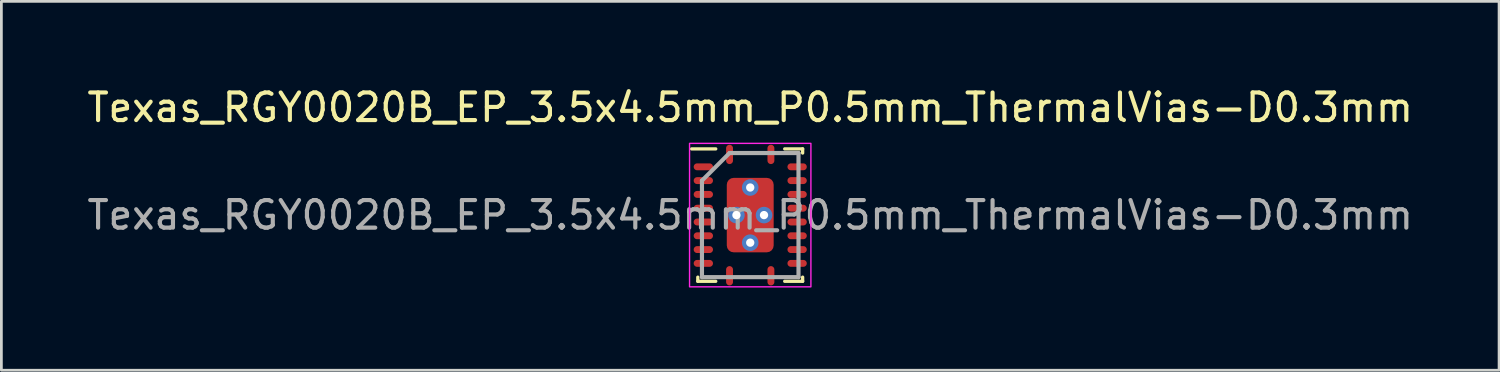
<source format=kicad_pcb>
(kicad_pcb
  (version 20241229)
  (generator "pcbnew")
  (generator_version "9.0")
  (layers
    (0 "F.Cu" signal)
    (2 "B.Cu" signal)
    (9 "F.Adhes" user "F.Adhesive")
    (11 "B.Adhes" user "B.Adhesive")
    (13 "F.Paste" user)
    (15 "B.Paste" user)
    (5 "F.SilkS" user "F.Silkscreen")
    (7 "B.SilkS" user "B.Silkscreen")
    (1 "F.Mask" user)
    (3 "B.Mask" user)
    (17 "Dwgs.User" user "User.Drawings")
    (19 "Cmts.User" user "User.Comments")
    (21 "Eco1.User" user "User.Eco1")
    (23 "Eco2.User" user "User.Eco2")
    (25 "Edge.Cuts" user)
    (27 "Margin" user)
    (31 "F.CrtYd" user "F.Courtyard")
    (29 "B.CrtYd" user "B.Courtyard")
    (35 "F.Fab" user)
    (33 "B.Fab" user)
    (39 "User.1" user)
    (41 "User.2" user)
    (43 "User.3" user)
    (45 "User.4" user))
  (footprint "Texas_RGY0020B_EP_3.5x4.5mm_P0.5mm_ThermalVias-D0.3mm"
    (layer "F.Cu")
    (at 24.149 4.748)
    (property "Reference" "Texas_RGY0020B_EP_3.5x4.5mm_P0.5mm_ThermalVias-D0.3mm" (at 0 -3.9 0) (layer "F.SilkS") (effects (font (size 1 1) (thickness 0.15))))
    (attr smd)
    (fp_line (start -1.9 2.4) (end -1.9 2.25) (stroke (width 0.12) (type default)) (layer "F.SilkS"))
    (fp_line (start -1.25 -2.4) (end -2.125 -2.4) (stroke (width 0.12) (type default)) (layer "F.SilkS"))
    (fp_line (start -1.25 2.4) (end -1.9 2.4) (stroke (width 0.12) (type default)) (layer "F.SilkS"))
    (fp_line (start 1.25 -2.4) (end 1.9 -2.4) (stroke (width 0.12) (type default)) (layer "F.SilkS"))
    (fp_line (start 1.25 2.4) (end 1.9 2.4) (stroke (width 0.12) (type default)) (layer "F.SilkS"))
    (fp_line (start 1.9 -2.4) (end 1.9 -2.25) (stroke (width 0.12) (type default)) (layer "F.SilkS"))
    (fp_line (start 1.9 2.4) (end 1.9 2.25) (stroke (width 0.12) (type default)) (layer "F.SilkS"))
    (fp_rect (start -2.2 -2.6) (end 2.2 2.6) (stroke (width 0.05) (type default)) (fill no) (layer "F.CrtYd"))
    (fp_line (start -1.75 -1.25) (end -1.75 2.25) (stroke (width 0.15) (type default)) (layer "F.Fab"))
    (fp_line (start -1.75 2.25) (end 1.75 2.25) (stroke (width 0.15) (type default)) (layer "F.Fab"))
    (fp_line (start -0.75 -2.25) (end -1.75 -1.25) (stroke (width 0.15) (type default)) (layer "F.Fab"))
    (fp_line (start 1.75 -2.25) (end -0.75 -2.25) (stroke (width 0.15) (type default)) (layer "F.Fab"))
    (fp_line (start 1.75 2.25) (end 1.75 -2.25) (stroke (width 0.15) (type default)) (layer "F.Fab"))
    (fp_text user "${REFERENCE}" (at 0 0 0) (layer "F.Fab") (effects (font (size 1 1) (thickness 0.15))))
    (pad "" smd roundrect (at -0.475 -0.725) (size 0.65 1.15) (layers "F.Paste") (roundrect_rratio 0.2))
    (pad "" smd roundrect (at -0.475 0.725) (size 0.65 1.15) (layers "F.Paste") (roundrect_rratio 0.2))
    (pad "" smd roundrect (at 0.475 -0.725) (size 0.65 1.15) (layers "F.Paste") (roundrect_rratio 0.2))
    (pad "" smd roundrect (at 0.475 0.725) (size 0.65 1.15) (layers "F.Paste") (roundrect_rratio 0.2))
    (pad "1" smd oval (at -0.75 -2.2) (size 0.25 0.7) (layers "F.Cu" "F.Mask" "F.Paste"))
    (pad "2" smd oval (at -1.7 -1.75 90) (size 0.25 0.7) (layers "F.Cu" "F.Mask" "F.Paste"))
    (pad "3" smd oval (at -1.7 -1.25 90) (size 0.25 0.7) (layers "F.Cu" "F.Mask" "F.Paste"))
    (pad "4" smd oval (at -1.7 -0.75 90) (size 0.25 0.7) (layers "F.Cu" "F.Mask" "F.Paste"))
    (pad "5" smd oval (at -1.7 -0.25 90) (size 0.25 0.7) (layers "F.Cu" "F.Mask" "F.Paste"))
    (pad "6" smd oval (at -1.7 0.25 90) (size 0.25 0.7) (layers "F.Cu" "F.Mask" "F.Paste"))
    (pad "7" smd oval (at -1.7 0.75 90) (size 0.25 0.7) (layers "F.Cu" "F.Mask" "F.Paste"))
    (pad "8" smd oval (at -1.7 1.25 90) (size 0.25 0.7) (layers "F.Cu" "F.Mask" "F.Paste"))
    (pad "9" smd oval (at -1.7 1.75 90) (size 0.25 0.7) (layers "F.Cu" "F.Mask" "F.Paste"))
    (pad "10" smd oval (at -0.75 2.2) (size 0.25 0.7) (layers "F.Cu" "F.Mask" "F.Paste"))
    (pad "11" smd oval (at 0.75 2.2) (size 0.25 0.7) (layers "F.Cu" "F.Mask" "F.Paste"))
    (pad "12" smd oval (at 1.7 1.75 90) (size 0.25 0.7) (layers "F.Cu" "F.Mask" "F.Paste"))
    (pad "13" smd oval (at 1.7 1.25 90) (size 0.25 0.7) (layers "F.Cu" "F.Mask" "F.Paste"))
    (pad "14" smd oval (at 1.7 0.75 90) (size 0.25 0.7) (layers "F.Cu" "F.Mask" "F.Paste"))
    (pad "15" smd oval (at 1.7 0.25 90) (size 0.25 0.7) (layers "F.Cu" "F.Mask" "F.Paste"))
    (pad "16" smd oval (at 1.7 -0.25 90) (size 0.25 0.7) (layers "F.Cu" "F.Mask" "F.Paste"))
    (pad "17" smd oval (at 1.7 -0.75 90) (size 0.25 0.7) (layers "F.Cu" "F.Mask" "F.Paste"))
    (pad "18" smd oval (at 1.7 -1.25 90) (size 0.25 0.7) (layers "F.Cu" "F.Mask" "F.Paste"))
    (pad "19" smd oval (at 1.7 -1.75 90) (size 0.25 0.7) (layers "F.Cu" "F.Mask" "F.Paste"))
    (pad "20" smd oval (at 0.75 -2.2) (size 0.25 0.7) (layers "F.Cu" "F.Mask" "F.Paste"))
    (pad "21" thru_hole circle (at -0.5 0) (size 0.6 0.6) (drill 0.3) (property pad_prop_heatsink) (layers "*.Cu"))
    (pad "21" thru_hole circle (at 0 -1) (size 0.6 0.6) (drill 0.3) (property pad_prop_heatsink) (layers "*.Cu"))
    (pad "21" smd roundrect (at 0 0) (size 1.7 2.7) (layers "F.Cu" "F.Mask") (roundrect_rratio 0.147))
    (pad "21" thru_hole circle (at 0 1) (size 0.6 0.6) (drill 0.3) (property pad_prop_heatsink) (layers "*.Cu"))
    (pad "21" thru_hole circle (at 0.5 0) (size 0.6 0.6) (drill 0.3) (property pad_prop_heatsink) (layers "*.Cu")))
  (gr_rect
    (start -3 -3)
    (end 51.298 10.373)
    (stroke (width 0.1) (type default))
    (fill no)
    (layer "Edge.Cuts")))
</source>
